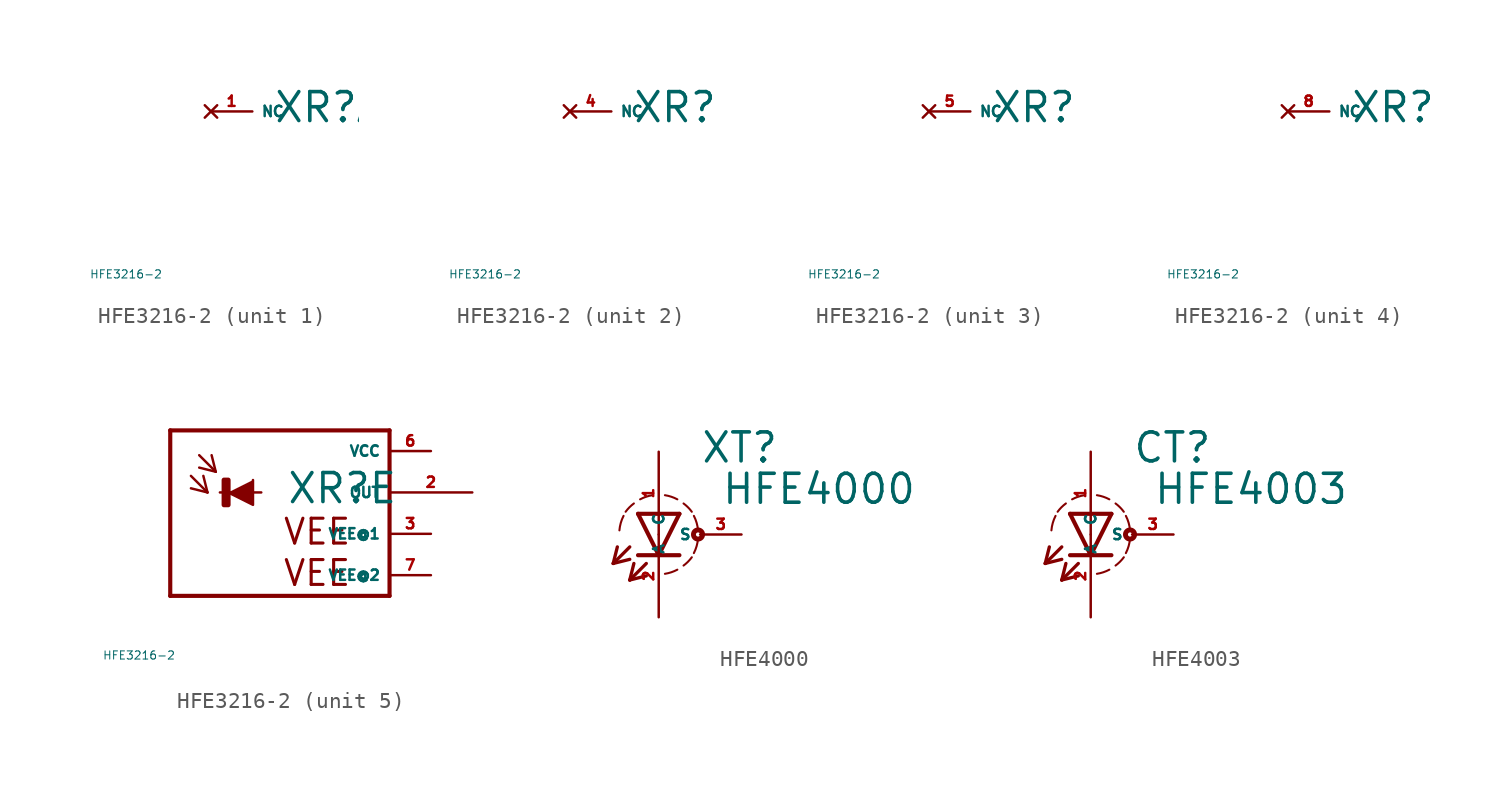
<source format=kicad_sym>
(kicad_symbol_lib
  (version 20220914)
  (generator Eagle2Kicad)
  (symbol "HFE3216-2"
    (property "Reference" "XR"
      (at 1.27 -0.787 0)
      (effects (font (size 1.778 1.778) (thickness 0.22)) (justify left bottom)))
    (property "Value" "HFE3216-2"
      (at -10 -10 0)
      (effects (font (size 0.5 0.5) (thickness 0.06)) (justify left)))
    (symbol "HFE3216-2_1_0"
      (pin no_connect line (at -2.54 0 0) (length 2.54) (name "NC" (effects (font (size 0.635 0.635) (thickness 0.08)) (justify left bottom) hide)) (number "1" (effects (font (size 0.635 0.635) (thickness 0.08)) (justify left bottom) hide))))
    (symbol "HFE3216-2_2_0"
      (pin no_connect line (at -2.54 0 0) (length 2.54) (name "NC" (effects (font (size 0.635 0.635) (thickness 0.08)) (justify left bottom) hide)) (number "4" (effects (font (size 0.635 0.635) (thickness 0.08)) (justify left bottom) hide))))
    (symbol "HFE3216-2_3_0"
      (pin no_connect line (at -2.54 0 0) (length 2.54) (name "NC" (effects (font (size 0.635 0.635) (thickness 0.08)) (justify left bottom) hide)) (number "5" (effects (font (size 0.635 0.635) (thickness 0.08)) (justify left bottom) hide))))
    (symbol "HFE3216-2_4_0"
      (pin no_connect line (at -2.54 0 0) (length 2.54) (name "NC" (effects (font (size 0.635 0.635) (thickness 0.08)) (justify left bottom) hide)) (number "8" (effects (font (size 0.635 0.635) (thickness 0.08)) (justify left bottom) hide))))
    (symbol "HFE3216-2_5_0"
      (polyline (pts (xy -2.286 0) (xy -0.762 -0.762) (xy -0.762 0.762)) (stroke (width 0.152) (type default)) (fill (type outline)))
      (polyline (pts (xy -4.572 1.016) (xy -3.556 0)) (stroke (width 0.152) (type default)) (fill (type none)))
      (polyline (pts (xy -3.556 0) (xy -3.81 1.016)) (stroke (width 0.152) (type default)) (fill (type none)))
      (polyline (pts (xy -3.556 0) (xy -4.572 0.254)) (stroke (width 0.152) (type default)) (fill (type none)))
      (polyline (pts (xy -4.064 2.286) (xy -3.048 1.27)) (stroke (width 0.152) (type default)) (fill (type none)))
      (polyline (pts (xy -3.048 1.27) (xy -3.302 2.286)) (stroke (width 0.152) (type default)) (fill (type none)))
      (polyline (pts (xy -3.048 1.27) (xy -4.064 1.524)) (stroke (width 0.152) (type default)) (fill (type none)))
      (polyline (pts (xy 7.62 3.81) (xy 7.62 -6.35)) (stroke (width 0.254) (type default)) (fill (type none)))
      (polyline (pts (xy 7.62 -6.35) (xy -5.842 -6.35)) (stroke (width 0.254) (type default)) (fill (type none)))
      (polyline (pts (xy -5.842 -6.35) (xy -5.842 3.81)) (stroke (width 0.254) (type default)) (fill (type none)))
      (polyline (pts (xy -5.842 3.81) (xy 7.62 3.81)) (stroke (width 0.254) (type default)) (fill (type none)))
      (polyline (pts (xy -2.794 0) (xy -0.254 0)) (stroke (width 0.152) (type default)) (fill (type none)))
      (text "VEE" (at 1.016 -3.302 0) (effects (font (size 1.524 1.524) (thickness 0.19)) (justify left bottom)))
      (text "VEE" (at 1.016 -5.842 0) (effects (font (size 1.524 1.524) (thickness 0.19)) (justify left bottom)))
      (rectangle (start -2.54 -0.762) (end -2.286 0.762) (stroke (width 0.3) (type default)) (fill (type outline)))
      (pin unspecified line (at 10.16 2.54 180) (length 2.54) (name "VCC" (effects (font (size 0.635 0.635) (thickness 0.08)) (justify left bottom))) (number "6" (effects (font (size 0.635 0.635) (thickness 0.08)) (justify left bottom))))
      (pin unspecified line (at 10.16 -2.54 180) (length 2.54) (name "VEE@1" (effects (font (size 0.635 0.635) (thickness 0.08)) (justify left bottom))) (number "3" (effects (font (size 0.635 0.635) (thickness 0.08)) (justify left bottom))))
      (pin output line (at 12.7 0 180) (length 5.08) (name "OUT" (effects (font (size 0.635 0.635) (thickness 0.08)) (justify left bottom))) (number "2" (effects (font (size 0.635 0.635) (thickness 0.08)) (justify left bottom))))
      (pin unspecified line (at 10.16 -5.08 180) (length 2.54) (name "VEE@2" (effects (font (size 0.635 0.635) (thickness 0.08)) (justify left bottom))) (number "7" (effects (font (size 0.635 0.635) (thickness 0.08)) (justify left bottom))))))
  (symbol "HFE4000"
    (property "Reference" "XT"
      (at 2.54 4.293 0)
      (effects (font (size 1.778 1.778) (thickness 0.22)) (justify left bottom)))
    (property "Value" "HFE4000"
      (at 3.81 1.753 0)
      (effects (font (size 1.778 1.778) (thickness 0.22)) (justify left bottom)))
    (polyline
      (pts (xy -1.27 1.27) (xy 0 -1.27))
      (stroke (width 0.254) (type default))
      (fill (type none)))
    (polyline
      (pts (xy 0 -1.27) (xy 1.27 1.27))
      (stroke (width 0.254) (type default))
      (fill (type none)))
    (polyline
      (pts (xy 1.27 -1.27) (xy 0 -1.27))
      (stroke (width 0.254) (type default))
      (fill (type none)))
    (polyline
      (pts (xy 1.27 1.27) (xy -1.27 1.27))
      (stroke (width 0.254) (type default))
      (fill (type none)))
    (polyline
      (pts (xy 0 -1.27) (xy -1.27 -1.27))
      (stroke (width 0.254) (type default))
      (fill (type none)))
    (polyline
      (pts (xy -1.778 -0.762) (xy -2.794 -1.778))
      (stroke (width 0.203) (type default))
      (fill (type none)))
    (polyline
      (pts (xy -2.794 -1.778) (xy -1.778 -1.524))
      (stroke (width 0.203) (type default))
      (fill (type none)))
    (polyline
      (pts (xy -2.794 -1.778) (xy -2.54 -0.762))
      (stroke (width 0.203) (type default))
      (fill (type none)))
    (polyline
      (pts (xy -0.762 -1.778) (xy -1.778 -2.794))
      (stroke (width 0.203) (type default))
      (fill (type none)))
    (polyline
      (pts (xy -1.778 -2.794) (xy -0.762 -2.54))
      (stroke (width 0.203) (type default))
      (fill (type none)))
    (polyline
      (pts (xy -1.778 -2.794) (xy -1.524 -1.778))
      (stroke (width 0.203) (type default))
      (fill (type none)))
    (arc
      (start 0.381 -2.413)
      (mid 0.773 -2.318)
      (end 1.143 -2.159)
      (stroke (width 0.127) (type default))
      (fill (type none)))
    (arc
      (start 2.159 -1.143)
      (mid 2.329 -0.711)
      (end 2.413 -0.254)
      (stroke (width 0.127) (type default))
      (fill (type none)))
    (arc
      (start 2.413 0.254)
      (mid 2.329 0.711)
      (end 2.159 1.143)
      (stroke (width 0.127) (type default))
      (fill (type none)))
    (arc
      (start 2.032 1.397)
      (mid 1.797 1.670)
      (end 1.524 1.905)
      (stroke (width 0.127) (type default))
      (fill (type none)))
    (arc
      (start 1.143 2.159)
      (mid 0.773 2.318)
      (end 0.381 2.413)
      (stroke (width 0.127) (type default))
      (fill (type none)))
    (arc
      (start 1.524 -1.905)
      (mid 1.797 -1.670)
      (end 2.032 -1.397)
      (stroke (width 0.127) (type default))
      (fill (type none)))
    (arc
      (start -0.381 2.413)
      (mid -0.773 2.318)
      (end -1.143 2.159)
      (stroke (width 0.127) (type default))
      (fill (type none)))
    (arc
      (start -1.524 1.905)
      (mid -1.797 1.670)
      (end -2.032 1.397)
      (stroke (width 0.127) (type default))
      (fill (type none)))
    (arc
      (start -2.159 1.143)
      (mid -2.329 0.711)
      (end -2.413 0.254)
      (stroke (width 0.127) (type default))
      (fill (type none)))
    (circle
      (center 2.413 0)
      (radius 0.127)
      (stroke (width 0.305) (type default))
      (fill (type none)))
    (pin passive line
      (at 0 5.08 270)
      (length 5.08)
      (name "A" (effects (font (size 0.635 0.635) (thickness 0.08)) (justify left bottom)))
      (number "1" (effects (font (size 0.635 0.635) (thickness 0.08)) (justify left bottom))))
    (pin passive line
      (at 0 -5.08 90)
      (length 5.08)
      (name "C" (effects (font (size 0.635 0.635) (thickness 0.08)) (justify left bottom)))
      (number "2" (effects (font (size 0.635 0.635) (thickness 0.08)) (justify left bottom))))
    (pin passive line
      (at 5.08 0 180)
      (length 2.54)
      (name "S" (effects (font (size 0.635 0.635) (thickness 0.08)) (justify left bottom)))
      (number "3" (effects (font (size 0.635 0.635) (thickness 0.08)) (justify left bottom)))))
  (symbol "HFE4003"
    (property "Reference" "CT"
      (at 2.54 4.293 0)
      (effects (font (size 1.778 1.778) (thickness 0.22)) (justify left bottom)))
    (property "Value" "HFE4003"
      (at 3.81 1.753 0)
      (effects (font (size 1.778 1.778) (thickness 0.22)) (justify left bottom)))
    (polyline
      (pts (xy -1.27 1.27) (xy 0 -1.27))
      (stroke (width 0.254) (type default))
      (fill (type none)))
    (polyline
      (pts (xy 0 -1.27) (xy 1.27 1.27))
      (stroke (width 0.254) (type default))
      (fill (type none)))
    (polyline
      (pts (xy 1.27 -1.27) (xy 0 -1.27))
      (stroke (width 0.254) (type default))
      (fill (type none)))
    (polyline
      (pts (xy 1.27 1.27) (xy -1.27 1.27))
      (stroke (width 0.254) (type default))
      (fill (type none)))
    (polyline
      (pts (xy 0 -1.27) (xy -1.27 -1.27))
      (stroke (width 0.254) (type default))
      (fill (type none)))
    (polyline
      (pts (xy -1.778 -0.762) (xy -2.794 -1.778))
      (stroke (width 0.203) (type default))
      (fill (type none)))
    (polyline
      (pts (xy -2.794 -1.778) (xy -1.778 -1.524))
      (stroke (width 0.203) (type default))
      (fill (type none)))
    (polyline
      (pts (xy -2.794 -1.778) (xy -2.54 -0.762))
      (stroke (width 0.203) (type default))
      (fill (type none)))
    (polyline
      (pts (xy -0.762 -1.778) (xy -1.778 -2.794))
      (stroke (width 0.203) (type default))
      (fill (type none)))
    (polyline
      (pts (xy -1.778 -2.794) (xy -0.762 -2.54))
      (stroke (width 0.203) (type default))
      (fill (type none)))
    (polyline
      (pts (xy -1.778 -2.794) (xy -1.524 -1.778))
      (stroke (width 0.203) (type default))
      (fill (type none)))
    (arc
      (start 0.381 -2.413)
      (mid 0.773 -2.318)
      (end 1.143 -2.159)
      (stroke (width 0.127) (type default))
      (fill (type none)))
    (arc
      (start 2.159 -1.143)
      (mid 2.329 -0.711)
      (end 2.413 -0.254)
      (stroke (width 0.127) (type default))
      (fill (type none)))
    (arc
      (start 2.413 0.254)
      (mid 2.329 0.711)
      (end 2.159 1.143)
      (stroke (width 0.127) (type default))
      (fill (type none)))
    (arc
      (start 2.032 1.397)
      (mid 1.797 1.670)
      (end 1.524 1.905)
      (stroke (width 0.127) (type default))
      (fill (type none)))
    (arc
      (start 1.143 2.159)
      (mid 0.773 2.318)
      (end 0.381 2.413)
      (stroke (width 0.127) (type default))
      (fill (type none)))
    (arc
      (start 1.524 -1.905)
      (mid 1.797 -1.670)
      (end 2.032 -1.397)
      (stroke (width 0.127) (type default))
      (fill (type none)))
    (arc
      (start -0.381 2.413)
      (mid -0.773 2.318)
      (end -1.143 2.159)
      (stroke (width 0.127) (type default))
      (fill (type none)))
    (arc
      (start -1.524 1.905)
      (mid -1.797 1.670)
      (end -2.032 1.397)
      (stroke (width 0.127) (type default))
      (fill (type none)))
    (arc
      (start -2.159 1.143)
      (mid -2.329 0.711)
      (end -2.413 0.254)
      (stroke (width 0.127) (type default))
      (fill (type none)))
    (circle
      (center 2.413 0)
      (radius 0.127)
      (stroke (width 0.305) (type default))
      (fill (type none)))
    (pin passive line
      (at 0 5.08 270)
      (length 5.08)
      (name "A" (effects (font (size 0.635 0.635) (thickness 0.08)) (justify left bottom)))
      (number "1" (effects (font (size 0.635 0.635) (thickness 0.08)) (justify left bottom))))
    (pin passive line
      (at 0 -5.08 90)
      (length 5.08)
      (name "C" (effects (font (size 0.635 0.635) (thickness 0.08)) (justify left bottom)))
      (number "2" (effects (font (size 0.635 0.635) (thickness 0.08)) (justify left bottom))))
    (pin passive line
      (at 5.08 0 180)
      (length 2.54)
      (name "S" (effects (font (size 0.635 0.635) (thickness 0.08)) (justify left bottom)))
      (number "3" (effects (font (size 0.635 0.635) (thickness 0.08)) (justify left bottom))))))
</source>
